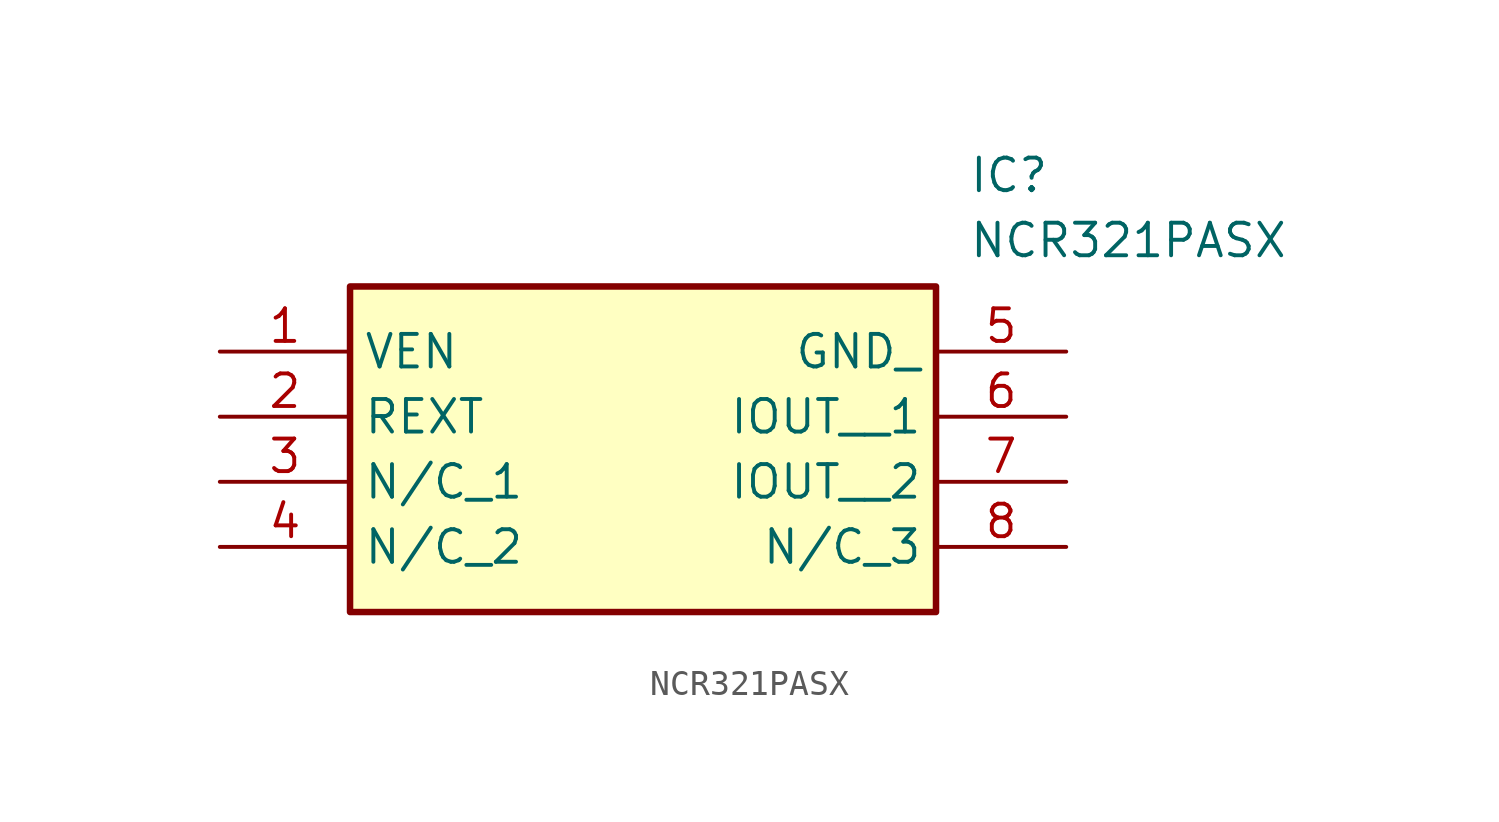
<source format=kicad_sym>
(kicad_symbol_lib
  (version 20211014)
  (generator SamacSys_ECAD_Model)
  (symbol "NCR321PASX"
    (property "Reference" "IC"
      (at 29.21 7.62 0)
      (effects (font (size 1.27 1.27)) (justify left top)))
    (property "Value" "NCR321PASX"
      (at 29.21 5.08 0)
      (effects (font (size 1.27 1.27)) (justify left top)))
    (rectangle
      (start 5.08 2.54)
      (end 27.94 -10.16)
      (stroke (width 0.254) (type default))
      (fill (type background)))
    (pin passive line
      (at 0 0 0)
      (length 5.08)
      (name "VEN" (effects (font (size 1.27 1.27))))
      (number "1" (effects (font (size 1.27 1.27)))))
    (pin passive line
      (at 0 -2.54 0)
      (length 5.08)
      (name "REXT" (effects (font (size 1.27 1.27))))
      (number "2" (effects (font (size 1.27 1.27)))))
    (pin passive line
      (at 0 -5.08 0)
      (length 5.08)
      (name "N/C_1" (effects (font (size 1.27 1.27))))
      (number "3" (effects (font (size 1.27 1.27)))))
    (pin passive line
      (at 0 -7.62 0)
      (length 5.08)
      (name "N/C_2" (effects (font (size 1.27 1.27))))
      (number "4" (effects (font (size 1.27 1.27)))))
    (pin passive line
      (at 33.02 0 180)
      (length 5.08)
      (name "GND_" (effects (font (size 1.27 1.27))))
      (number "5" (effects (font (size 1.27 1.27)))))
    (pin passive line
      (at 33.02 -2.54 180)
      (length 5.08)
      (name "IOUT__1" (effects (font (size 1.27 1.27))))
      (number "6" (effects (font (size 1.27 1.27)))))
    (pin passive line
      (at 33.02 -5.08 180)
      (length 5.08)
      (name "IOUT__2" (effects (font (size 1.27 1.27))))
      (number "7" (effects (font (size 1.27 1.27)))))
    (pin passive line
      (at 33.02 -7.62 180)
      (length 5.08)
      (name "N/C_3" (effects (font (size 1.27 1.27))))
      (number "8" (effects (font (size 1.27 1.27)))))))
</source>
